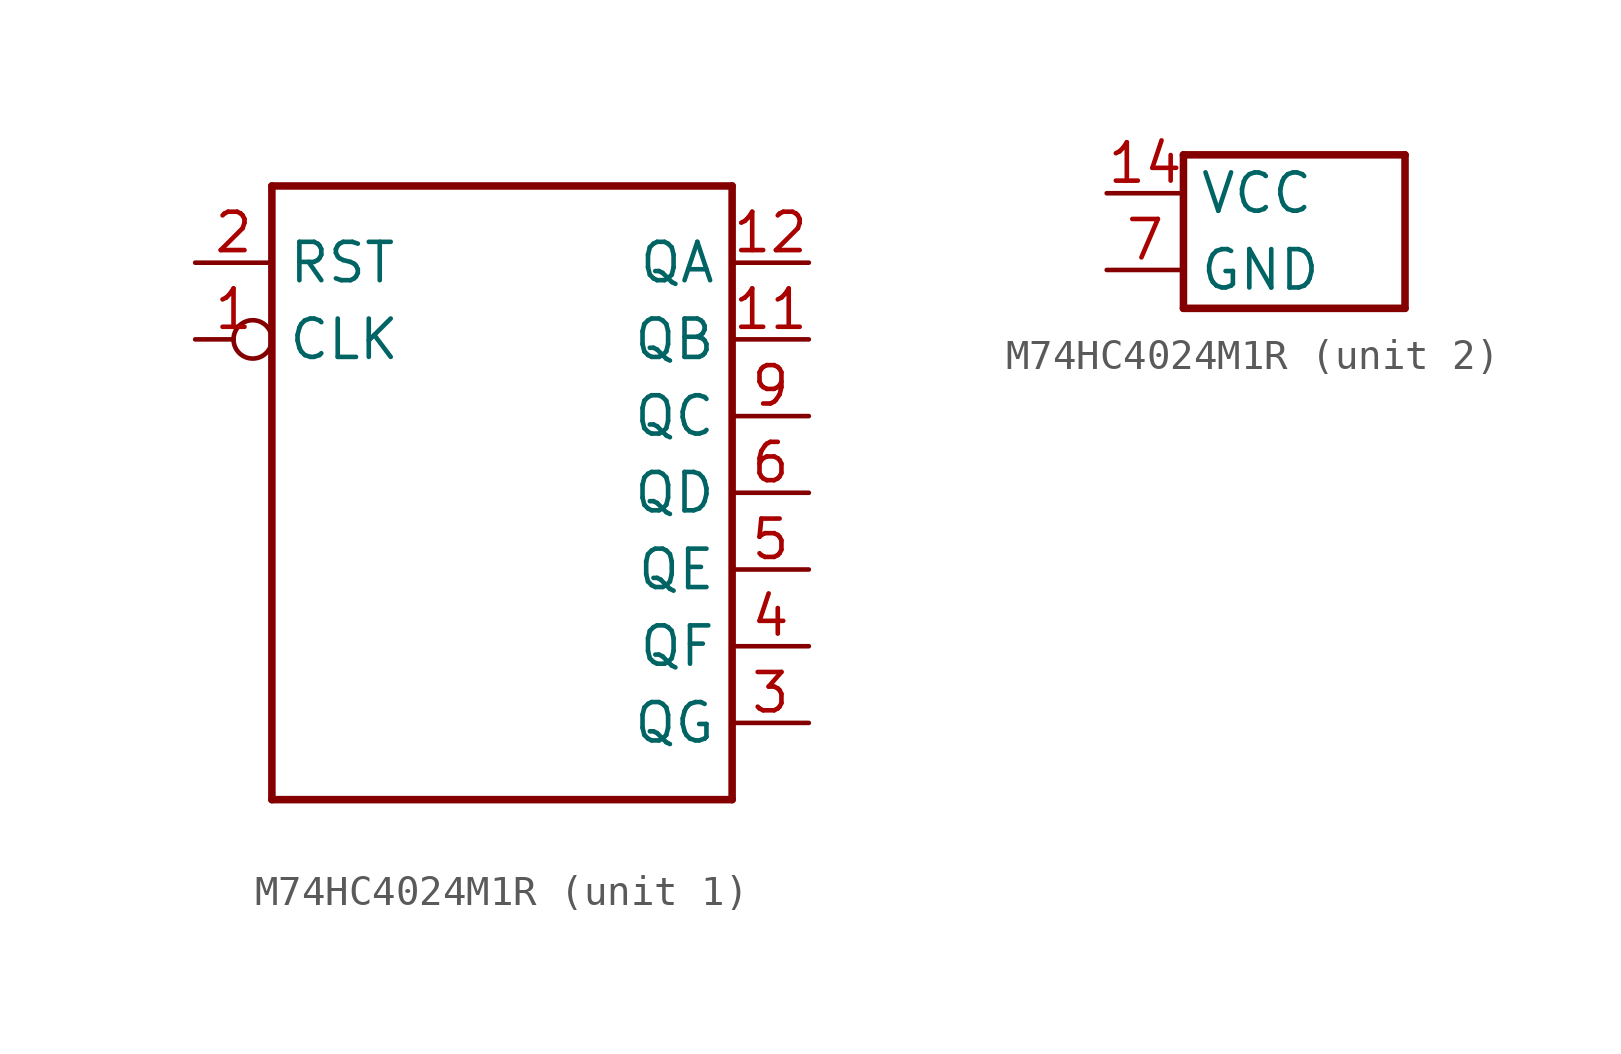
<source format=kicad_sym>
(kicad_symbol_lib
  (version 20231120)
  (generator "kicad_symbol_editor")
  (generator_version "8.0")
  (symbol "M74HC4024M1R"
    (property "Reference" "IC"
      (at 0 0 0)
      (effects (font (size 1.27 1.27)) (hide yes)))
    (property "ki_locked" ""
      (at 0 0 0)
      (effects (font (size 1.27 1.27))))
    (symbol "M74HC4024M1R_1_0"
      (polyline (pts (xy -7.62 -10.16) (xy -7.62 10.16)) (stroke (width 0.25) (type solid)) (fill (type none)))
      (polyline (pts (xy -7.62 -10.16) (xy 7.62 -10.16)) (stroke (width 0.25) (type solid)) (fill (type none)))
      (polyline (pts (xy -7.62 10.16) (xy 7.62 10.16)) (stroke (width 0.25) (type solid)) (fill (type none)))
      (polyline (pts (xy 7.62 10.16) (xy 7.62 -10.16)) (stroke (width 0.25) (type solid)) (fill (type none)))
      (pin input inverted (at -10.16 5.08 0) (length 2.54) (name "CLK" (effects (font (size 1.27 1.27)))) (number "1" (effects (font (size 1.27 1.27)))))
      (pin output line (at 10.16 5.08 180) (length 2.54) (name "QB" (effects (font (size 1.27 1.27)))) (number "11" (effects (font (size 1.27 1.27)))))
      (pin output line (at 10.16 7.62 180) (length 2.54) (name "QA" (effects (font (size 1.27 1.27)))) (number "12" (effects (font (size 1.27 1.27)))))
      (pin input line (at -10.16 7.62 0) (length 2.54) (name "RST" (effects (font (size 1.27 1.27)))) (number "2" (effects (font (size 1.27 1.27)))))
      (pin output line (at 10.16 -7.62 180) (length 2.54) (name "QG" (effects (font (size 1.27 1.27)))) (number "3" (effects (font (size 1.27 1.27)))))
      (pin output line (at 10.16 -5.08 180) (length 2.54) (name "QF" (effects (font (size 1.27 1.27)))) (number "4" (effects (font (size 1.27 1.27)))))
      (pin output line (at 10.16 -2.54 180) (length 2.54) (name "QE" (effects (font (size 1.27 1.27)))) (number "5" (effects (font (size 1.27 1.27)))))
      (pin output line (at 10.16 0 180) (length 2.54) (name "QD" (effects (font (size 1.27 1.27)))) (number "6" (effects (font (size 1.27 1.27)))))
      (pin output line (at 10.16 2.54 180) (length 2.54) (name "QC" (effects (font (size 1.27 1.27)))) (number "9" (effects (font (size 1.27 1.27))))))
    (symbol "M74HC4024M1R_2_0"
      (polyline (pts (xy -3.667 -2.54) (xy -3.667 2.54)) (stroke (width 0.25) (type solid)) (fill (type none)))
      (polyline (pts (xy -3.667 2.54) (xy 3.667 2.54)) (stroke (width 0.25) (type solid)) (fill (type none)))
      (polyline (pts (xy 3.667 -2.54) (xy -3.667 -2.54)) (stroke (width 0.25) (type solid)) (fill (type none)))
      (polyline (pts (xy 3.667 2.54) (xy 3.667 -2.54)) (stroke (width 0.25) (type solid)) (fill (type none)))
      (pin power_in line (at -6.207 1.27 0) (length 2.54) (name "VCC" (effects (font (size 1.27 1.27)))) (number "14" (effects (font (size 1.27 1.27)))))
      (pin power_in line (at -6.207 -1.27 0) (length 2.54) (name "GND" (effects (font (size 1.27 1.27)))) (number "7" (effects (font (size 1.27 1.27))))))))
</source>
